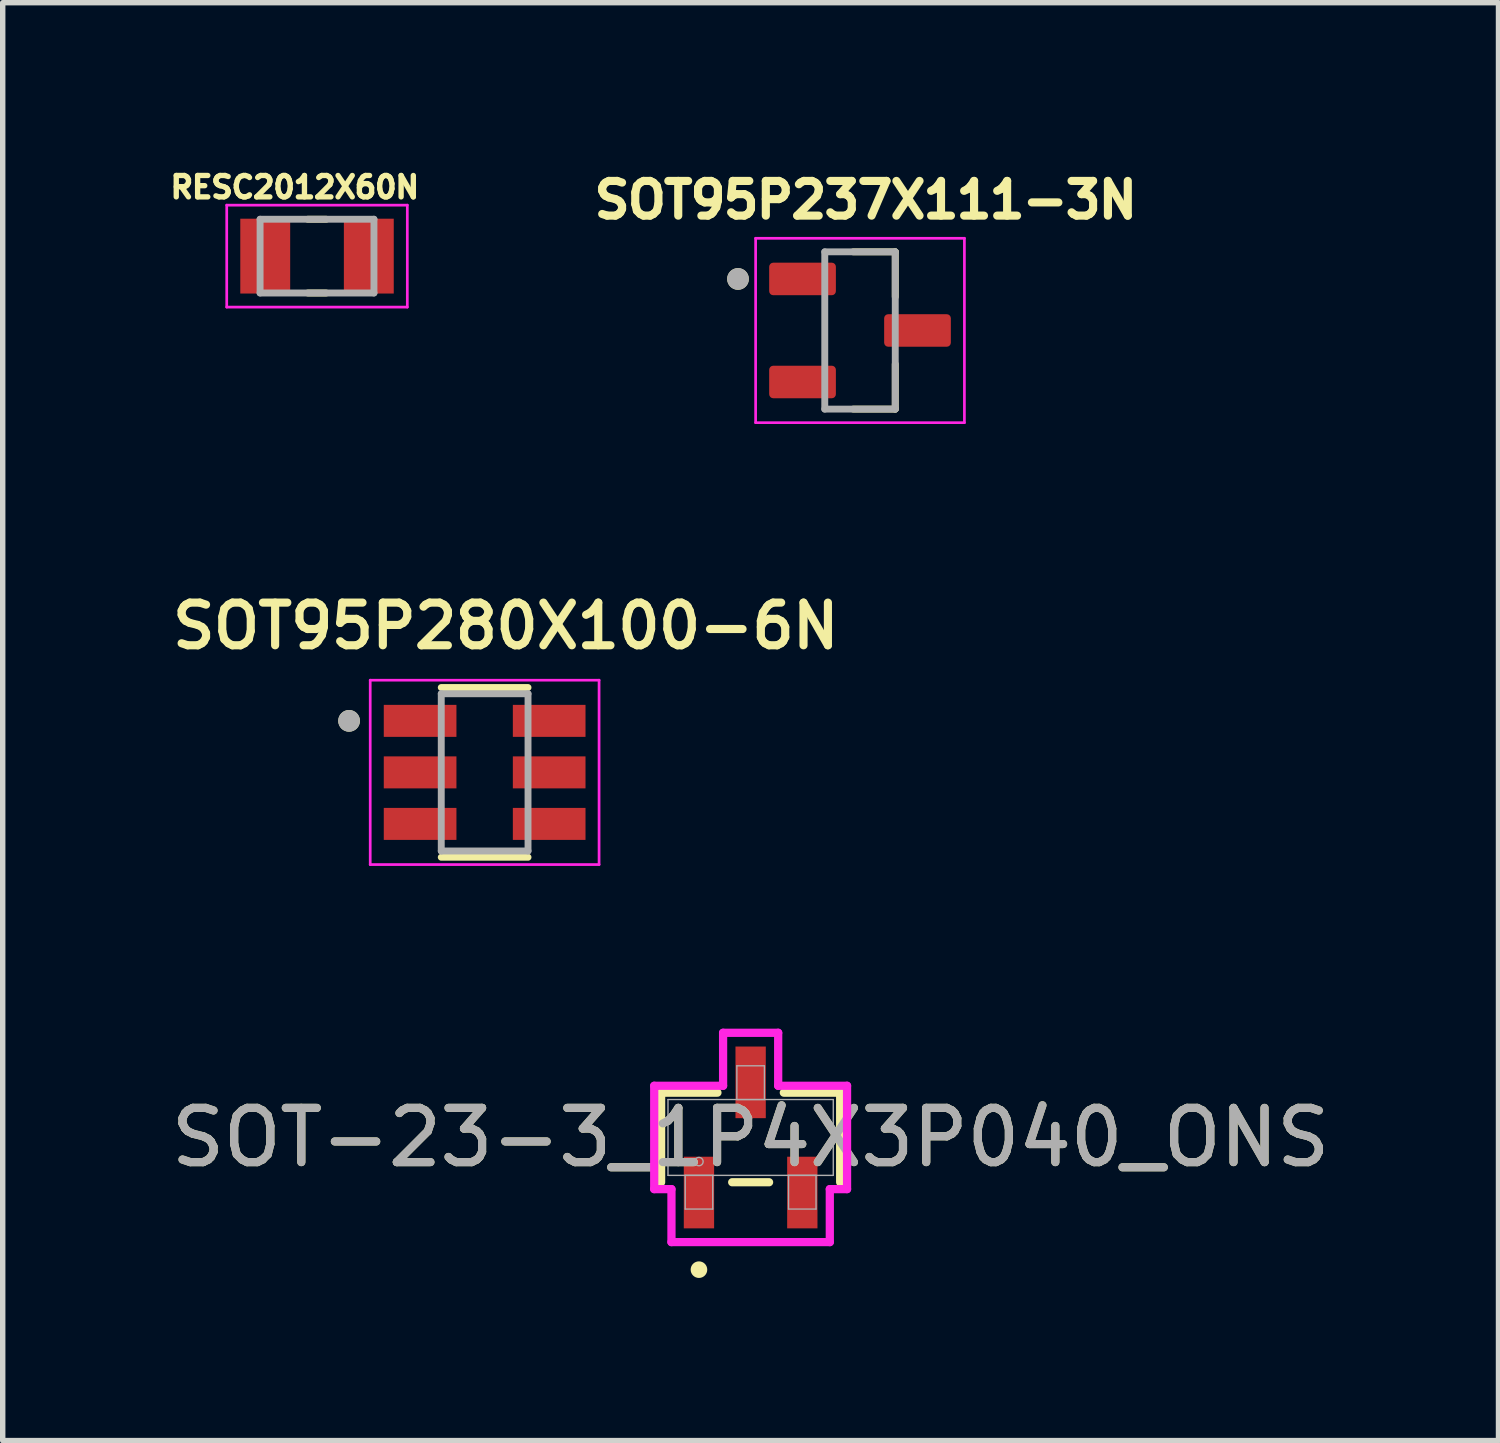
<source format=kicad_pcb>
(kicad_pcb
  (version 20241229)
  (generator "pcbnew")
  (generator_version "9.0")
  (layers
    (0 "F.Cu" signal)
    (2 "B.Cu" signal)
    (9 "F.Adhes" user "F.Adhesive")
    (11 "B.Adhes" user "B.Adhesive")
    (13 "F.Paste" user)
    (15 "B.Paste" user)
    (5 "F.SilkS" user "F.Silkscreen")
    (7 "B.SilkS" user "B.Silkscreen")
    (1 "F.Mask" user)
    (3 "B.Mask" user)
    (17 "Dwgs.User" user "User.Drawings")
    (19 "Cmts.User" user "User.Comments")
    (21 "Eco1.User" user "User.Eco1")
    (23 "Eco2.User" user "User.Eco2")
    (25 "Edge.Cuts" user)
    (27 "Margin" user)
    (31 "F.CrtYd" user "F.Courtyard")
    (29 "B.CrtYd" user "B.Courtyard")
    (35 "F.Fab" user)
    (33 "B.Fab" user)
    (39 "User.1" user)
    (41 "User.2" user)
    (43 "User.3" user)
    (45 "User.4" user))
  (footprint "SOT95P237X111-3N"
    (layer "F.Cu")
    (at 12.809 3.044)
    (property "Reference" "SOT95P237X111-3N" (at 0.107 -2.406 0) (layer "F.SilkS") (effects (font (size 0.64 0.64) (thickness 0.15))))
    (attr smd)
    (fp_line (start -0.125 1.45) (end 0.65 1.45) (stroke (width 0.127) (type solid)) (layer "F.SilkS"))
    (fp_line (start 0.65 -1.45) (end -0.125 -1.45) (stroke (width 0.127) (type solid)) (layer "F.SilkS"))
    (fp_line (start 0.65 -0.62) (end 0.65 -1.45) (stroke (width 0.127) (type solid)) (layer "F.SilkS"))
    (fp_line (start 0.65 1.45) (end 0.65 0.62) (stroke (width 0.127) (type solid)) (layer "F.SilkS"))
    (fp_circle (center -2.25 -0.95) (end -2.15 -0.95) (stroke (width 0.2) (type solid)) (fill no) (layer "F.SilkS"))
    (fp_line (start -1.925 -1.7) (end -1.925 1.7) (stroke (width 0.05) (type solid)) (layer "F.CrtYd"))
    (fp_line (start -1.925 1.7) (end 1.925 1.7) (stroke (width 0.05) (type solid)) (layer "F.CrtYd"))
    (fp_line (start 1.925 -1.7) (end -1.925 -1.7) (stroke (width 0.05) (type solid)) (layer "F.CrtYd"))
    (fp_line (start 1.925 1.7) (end 1.925 -1.7) (stroke (width 0.05) (type solid)) (layer "F.CrtYd"))
    (fp_line (start -0.65 -1.45) (end -0.65 1.45) (stroke (width 0.127) (type solid)) (layer "F.Fab"))
    (fp_line (start -0.65 1.45) (end 0.65 1.45) (stroke (width 0.127) (type solid)) (layer "F.Fab"))
    (fp_line (start 0.65 -1.45) (end -0.65 -1.45) (stroke (width 0.127) (type solid)) (layer "F.Fab"))
    (fp_line (start 0.65 1.45) (end 0.65 -1.45) (stroke (width 0.127) (type solid)) (layer "F.Fab"))
    (fp_circle (center -2.25 -0.95) (end -2.15 -0.95) (stroke (width 0.2) (type solid)) (fill no) (layer "F.Fab"))
    (pad "1" smd roundrect (at -1.06 -0.95) (size 1.23 0.6) (layers "F.Cu" "F.Mask" "F.Paste") (roundrect_rratio 0.125))
    (pad "2" smd roundrect (at -1.06 0.95) (size 1.23 0.6) (layers "F.Cu" "F.Mask" "F.Paste") (roundrect_rratio 0.125))
    (pad "3" smd roundrect (at 1.06 0) (size 1.23 0.6) (layers "F.Cu" "F.Mask" "F.Paste") (roundrect_rratio 0.125)))
  (footprint "RESC2012X60N"
    (layer "F.Cu")
    (at 2.796 1.673)
    (property "Reference" "RESC2012X60N" (at -0.41 -1.27 0) (layer "F.SilkS") (effects (font (size 0.394 0.394) (thickness 0.15))))
    (attr smd)
    (fp_line (start -0.17 -0.68) (end 0.17 -0.68) (stroke (width 0.127) (type solid)) (layer "F.SilkS"))
    (fp_line (start -0.17 0.68) (end 0.17 0.68) (stroke (width 0.127) (type solid)) (layer "F.SilkS"))
    (fp_line (start -1.665 -0.94) (end 1.665 -0.94) (stroke (width 0.05) (type solid)) (layer "F.CrtYd"))
    (fp_line (start -1.665 0.94) (end -1.665 -0.94) (stroke (width 0.05) (type solid)) (layer "F.CrtYd"))
    (fp_line (start -1.665 0.94) (end 1.665 0.94) (stroke (width 0.05) (type solid)) (layer "F.CrtYd"))
    (fp_line (start 1.665 0.94) (end 1.665 -0.94) (stroke (width 0.05) (type solid)) (layer "F.CrtYd"))
    (fp_line (start -1.05 0.68) (end -1.05 -0.68) (stroke (width 0.127) (type solid)) (layer "F.Fab"))
    (fp_line (start 1.05 -0.68) (end -1.05 -0.68) (stroke (width 0.127) (type solid)) (layer "F.Fab"))
    (fp_line (start 1.05 0.68) (end -1.05 0.68) (stroke (width 0.127) (type solid)) (layer "F.Fab"))
    (fp_line (start 1.05 0.68) (end 1.05 -0.68) (stroke (width 0.127) (type solid)) (layer "F.Fab"))
    (pad "1" smd rect (at -0.955 0) (size 0.92 1.38) (layers "F.Cu" "F.Mask" "F.Paste"))
    (pad "2" smd rect (at 0.955 0) (size 0.92 1.38) (layers "F.Cu" "F.Mask" "F.Paste")))
  (footprint "SOT95P280X100-6N"
    (layer "F.Cu")
    (at 5.887 11.193)
    (property "Reference" "SOT95P280X100-6N" (at 0.39 -2.7 0) (layer "F.SilkS") (effects (font (size 0.787 0.787) (thickness 0.15))))
    (attr smd)
    (fp_line (start 0.8 -1.565) (end -0.8 -1.565) (stroke (width 0.127) (type solid)) (layer "F.SilkS"))
    (fp_line (start 0.8 1.565) (end -0.8 1.565) (stroke (width 0.127) (type solid)) (layer "F.SilkS"))
    (fp_circle (center -2.5 -0.95) (end -2.4 -0.95) (stroke (width 0.2) (type solid)) (fill no) (layer "F.SilkS"))
    (fp_line (start -2.11 -1.7) (end -2.11 1.7) (stroke (width 0.05) (type solid)) (layer "F.CrtYd"))
    (fp_line (start -2.11 1.7) (end 2.11 1.7) (stroke (width 0.05) (type solid)) (layer "F.CrtYd"))
    (fp_line (start 2.11 -1.7) (end -2.11 -1.7) (stroke (width 0.05) (type solid)) (layer "F.CrtYd"))
    (fp_line (start 2.11 1.7) (end 2.11 -1.7) (stroke (width 0.05) (type solid)) (layer "F.CrtYd"))
    (fp_line (start -0.8 -1.45) (end -0.8 1.45) (stroke (width 0.127) (type solid)) (layer "F.Fab"))
    (fp_line (start -0.8 1.45) (end 0.8 1.45) (stroke (width 0.127) (type solid)) (layer "F.Fab"))
    (fp_line (start 0.8 -1.45) (end -0.8 -1.45) (stroke (width 0.127) (type solid)) (layer "F.Fab"))
    (fp_line (start 0.8 1.45) (end 0.8 -1.45) (stroke (width 0.127) (type solid)) (layer "F.Fab"))
    (fp_circle (center -2.5 -0.95) (end -2.4 -0.95) (stroke (width 0.2) (type solid)) (fill no) (layer "F.Fab"))
    (pad "1" smd rect (at -1.19 -0.95) (size 1.34 0.59) (layers "F.Cu" "F.Mask" "F.Paste"))
    (pad "2" smd rect (at -1.19 0) (size 1.34 0.59) (layers "F.Cu" "F.Mask" "F.Paste"))
    (pad "3" smd rect (at -1.19 0.95) (size 1.34 0.59) (layers "F.Cu" "F.Mask" "F.Paste"))
    (pad "4" smd rect (at 1.19 0.95) (size 1.34 0.59) (layers "F.Cu" "F.Mask" "F.Paste"))
    (pad "5" smd rect (at 1.19 0) (size 1.34 0.59) (layers "F.Cu" "F.Mask" "F.Paste"))
    (pad "6" smd rect (at 1.19 -0.95) (size 1.34 0.59) (layers "F.Cu" "F.Mask" "F.Paste")))
  (footprint "SOT-23-3_1P4X3P040_ONS"
    (layer "F.Cu")
    (at 10.792 17.925)
    (property "Reference" "SOT-23-3_1P4X3P040_ONS" (at 0 0 0) (unlocked yes) (layer "F.SilkS") (effects (font (size 1 1) (thickness 0.15))))
    (attr smd)
    (fp_line (start -1.651 -0.826) (end -1.651 0.826) (stroke (width 0.152) (type solid)) (layer "F.SilkS"))
    (fp_line (start -0.612 -0.826) (end -1.651 -0.826) (stroke (width 0.152) (type solid)) (layer "F.SilkS"))
    (fp_line (start -0.34 0.826) (end 0.34 0.826) (stroke (width 0.152) (type solid)) (layer "F.SilkS"))
    (fp_line (start 1.651 -0.826) (end 0.612 -0.826) (stroke (width 0.152) (type solid)) (layer "F.SilkS"))
    (fp_line (start 1.651 0.826) (end 1.651 -0.826) (stroke (width 0.152) (type solid)) (layer "F.SilkS"))
    (fp_circle (center -0.953 2.438) (end -0.876 2.438) (stroke (width 0.152) (type solid)) (fill no) (layer "F.SilkS"))
    (fp_line (start -1.778 -0.953) (end -0.508 -0.953) (stroke (width 0.152) (type solid)) (layer "F.CrtYd"))
    (fp_line (start -1.778 0.953) (end -1.778 -0.953) (stroke (width 0.152) (type solid)) (layer "F.CrtYd"))
    (fp_line (start -1.778 0.953) (end -1.46 0.953) (stroke (width 0.152) (type solid)) (layer "F.CrtYd"))
    (fp_line (start -1.46 0.953) (end -1.46 1.93) (stroke (width 0.152) (type solid)) (layer "F.CrtYd"))
    (fp_line (start -1.46 1.93) (end 1.46 1.93) (stroke (width 0.152) (type solid)) (layer "F.CrtYd"))
    (fp_line (start -0.508 -1.93) (end 0.508 -1.93) (stroke (width 0.152) (type solid)) (layer "F.CrtYd"))
    (fp_line (start -0.508 -0.953) (end -0.508 -1.93) (stroke (width 0.152) (type solid)) (layer "F.CrtYd"))
    (fp_line (start 0.508 -0.953) (end 0.508 -1.93) (stroke (width 0.152) (type solid)) (layer "F.CrtYd"))
    (fp_line (start 1.46 0.953) (end 1.46 1.93) (stroke (width 0.152) (type solid)) (layer "F.CrtYd"))
    (fp_line (start 1.778 -0.953) (end 0.508 -0.953) (stroke (width 0.152) (type solid)) (layer "F.CrtYd"))
    (fp_line (start 1.778 -0.953) (end 1.778 0.953) (stroke (width 0.152) (type solid)) (layer "F.CrtYd"))
    (fp_line (start 1.778 0.953) (end 1.46 0.953) (stroke (width 0.152) (type solid)) (layer "F.CrtYd"))
    (fp_line (start -1.524 -0.699) (end -1.524 0.699) (stroke (width 0.025) (type solid)) (layer "F.Fab"))
    (fp_line (start -1.524 0.699) (end 1.524 0.699) (stroke (width 0.025) (type solid)) (layer "F.Fab"))
    (fp_line (start -1.206 0.699) (end -1.206 1.321) (stroke (width 0.025) (type solid)) (layer "F.Fab"))
    (fp_line (start -1.206 1.321) (end -0.699 1.321) (stroke (width 0.025) (type solid)) (layer "F.Fab"))
    (fp_line (start -0.699 0.699) (end -1.206 0.699) (stroke (width 0.025) (type solid)) (layer "F.Fab"))
    (fp_line (start -0.699 1.321) (end -0.699 0.699) (stroke (width 0.025) (type solid)) (layer "F.Fab"))
    (fp_line (start -0.254 -1.321) (end -0.254 -0.699) (stroke (width 0.025) (type solid)) (layer "F.Fab"))
    (fp_line (start -0.254 -0.699) (end 0.254 -0.699) (stroke (width 0.025) (type solid)) (layer "F.Fab"))
    (fp_line (start 0.254 -1.321) (end -0.254 -1.321) (stroke (width 0.025) (type solid)) (layer "F.Fab"))
    (fp_line (start 0.254 -0.699) (end 0.254 -1.321) (stroke (width 0.025) (type solid)) (layer "F.Fab"))
    (fp_line (start 0.699 0.699) (end 0.699 1.321) (stroke (width 0.025) (type solid)) (layer "F.Fab"))
    (fp_line (start 0.699 1.321) (end 1.206 1.321) (stroke (width 0.025) (type solid)) (layer "F.Fab"))
    (fp_line (start 1.206 0.699) (end 0.699 0.699) (stroke (width 0.025) (type solid)) (layer "F.Fab"))
    (fp_line (start 1.206 1.321) (end 1.206 0.699) (stroke (width 0.025) (type solid)) (layer "F.Fab"))
    (fp_line (start 1.524 -0.699) (end -1.524 -0.699) (stroke (width 0.025) (type solid)) (layer "F.Fab"))
    (fp_line (start 1.524 0.699) (end 1.524 -0.699) (stroke (width 0.025) (type solid)) (layer "F.Fab"))
    (fp_circle (center -0.953 0.445) (end -0.876 0.445) (stroke (width 0.025) (type solid)) (fill no) (layer "F.Fab"))
    (fp_text user "${REFERENCE}" (at 0 0 0) (unlocked yes) (layer "F.Fab") (effects (font (size 1 1) (thickness 0.15))))
    (pad "1" smd rect (at -0.953 1.016) (size 0.559 1.321) (layers "F.Cu" "F.Mask" "F.Paste"))
    (pad "2" smd rect (at 0.953 1.016) (size 0.559 1.321) (layers "F.Cu" "F.Mask" "F.Paste"))
    (pad "3" smd rect (at 0 -1.016) (size 0.559 1.321) (layers "F.Cu" "F.Mask" "F.Paste")))
  (gr_rect
    (start -3 -3)
    (end 24.583 23.515)
    (stroke (width 0.1) (type default))
    (fill no)
    (layer "Edge.Cuts")))
</source>
